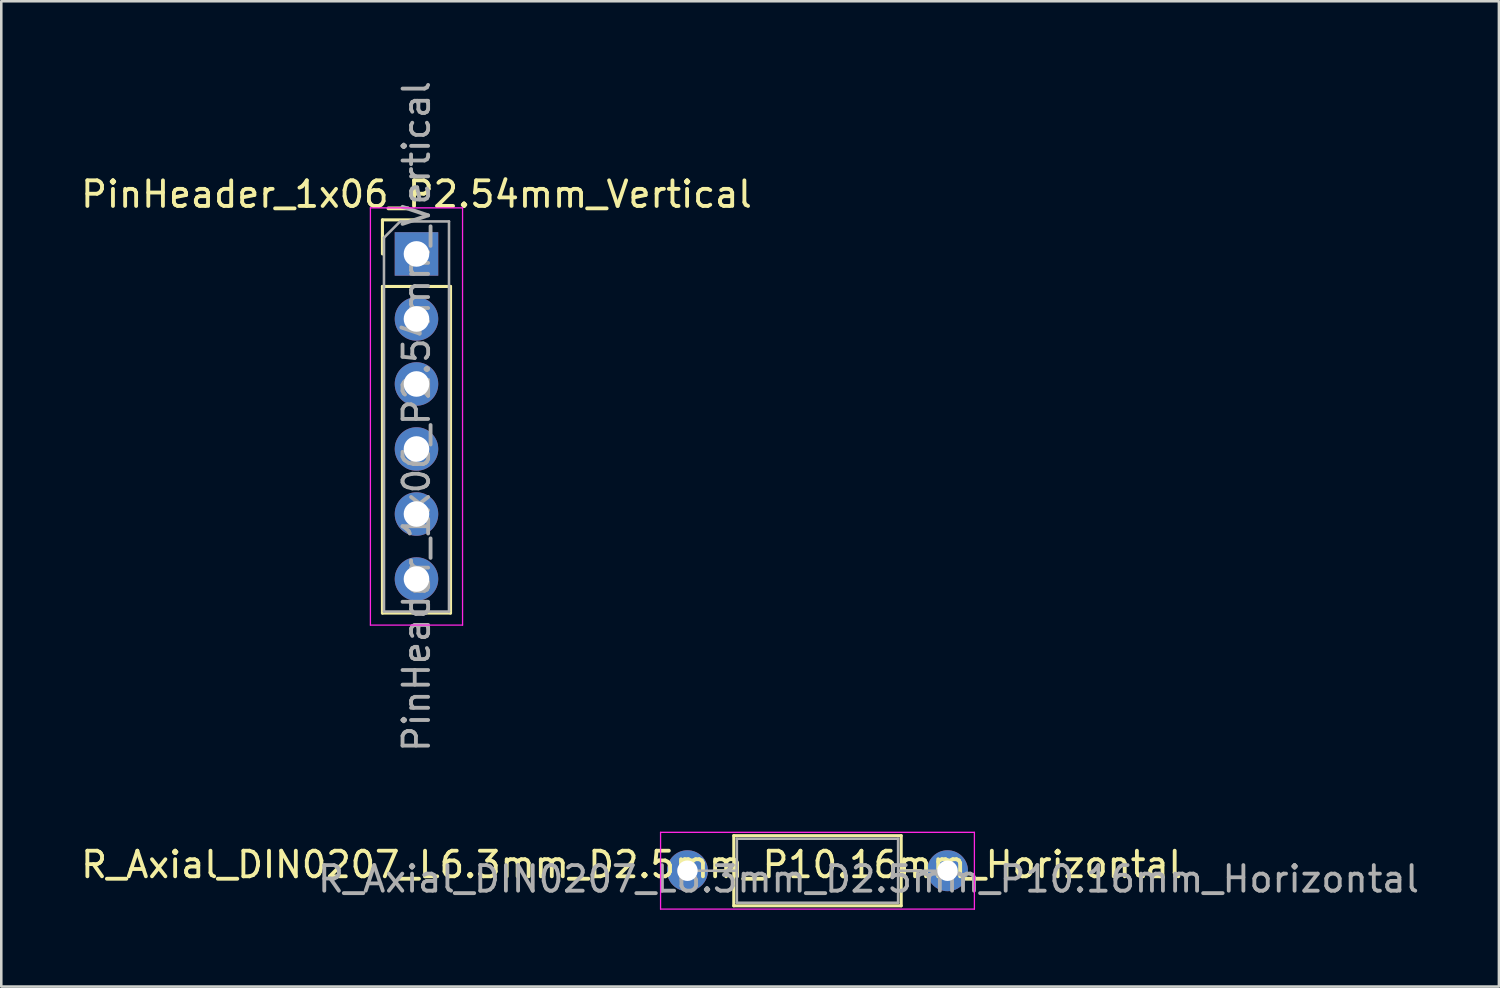
<source format=kicad_pcb>
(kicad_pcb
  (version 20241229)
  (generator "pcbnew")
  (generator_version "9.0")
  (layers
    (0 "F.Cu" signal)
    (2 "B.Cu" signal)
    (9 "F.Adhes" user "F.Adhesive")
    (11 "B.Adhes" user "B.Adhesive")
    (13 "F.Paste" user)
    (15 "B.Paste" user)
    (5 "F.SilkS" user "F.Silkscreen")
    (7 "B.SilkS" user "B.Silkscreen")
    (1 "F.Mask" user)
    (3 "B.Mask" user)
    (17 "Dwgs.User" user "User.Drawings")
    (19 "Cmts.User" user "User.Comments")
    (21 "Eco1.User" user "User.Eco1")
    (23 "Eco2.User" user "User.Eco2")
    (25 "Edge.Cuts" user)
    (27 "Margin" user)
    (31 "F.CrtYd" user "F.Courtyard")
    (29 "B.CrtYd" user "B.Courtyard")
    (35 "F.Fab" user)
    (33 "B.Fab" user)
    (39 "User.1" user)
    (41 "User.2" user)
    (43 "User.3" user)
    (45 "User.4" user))
  (footprint "PinHeader_1x06_P2.54mm_Vertical"
    (layer "F.Cu")
    (at 13.22 6.87)
    (property "Reference" "PinHeader_1x06_P2.54mm_Vertical" (at 0 -2.33 0) (layer "F.SilkS") (effects (font (size 1 1) (thickness 0.15))))
    (attr through_hole)
    (fp_line (start -1.33 -1.33) (end 0 -1.33) (stroke (width 0.12) (type solid)) (layer "F.SilkS"))
    (fp_line (start -1.33 0) (end -1.33 -1.33) (stroke (width 0.12) (type solid)) (layer "F.SilkS"))
    (fp_line (start -1.33 1.27) (end -1.33 14.03) (stroke (width 0.12) (type solid)) (layer "F.SilkS"))
    (fp_line (start -1.33 1.27) (end 1.33 1.27) (stroke (width 0.12) (type solid)) (layer "F.SilkS"))
    (fp_line (start -1.33 14.03) (end 1.33 14.03) (stroke (width 0.12) (type solid)) (layer "F.SilkS"))
    (fp_line (start 1.33 1.27) (end 1.33 14.03) (stroke (width 0.12) (type solid)) (layer "F.SilkS"))
    (fp_line (start -1.8 -1.8) (end -1.8 14.5) (stroke (width 0.05) (type solid)) (layer "F.CrtYd"))
    (fp_line (start -1.8 14.5) (end 1.8 14.5) (stroke (width 0.05) (type solid)) (layer "F.CrtYd"))
    (fp_line (start 1.8 -1.8) (end -1.8 -1.8) (stroke (width 0.05) (type solid)) (layer "F.CrtYd"))
    (fp_line (start 1.8 14.5) (end 1.8 -1.8) (stroke (width 0.05) (type solid)) (layer "F.CrtYd"))
    (fp_line (start -1.27 -0.635) (end -0.635 -1.27) (stroke (width 0.1) (type solid)) (layer "F.Fab"))
    (fp_line (start -1.27 13.97) (end -1.27 -0.635) (stroke (width 0.1) (type solid)) (layer "F.Fab"))
    (fp_line (start -0.635 -1.27) (end 1.27 -1.27) (stroke (width 0.1) (type solid)) (layer "F.Fab"))
    (fp_line (start 1.27 -1.27) (end 1.27 13.97) (stroke (width 0.1) (type solid)) (layer "F.Fab"))
    (fp_line (start 1.27 13.97) (end -1.27 13.97) (stroke (width 0.1) (type solid)) (layer "F.Fab"))
    (fp_text user "${REFERENCE}" (at 0 6.35 90) (layer "F.Fab") (effects (font (size 1 1) (thickness 0.15))))
    (pad "1" thru_hole rect (at 0 0) (size 1.7 1.7) (drill 1) (layers "*.Cu" "*.Mask"))
    (pad "2" thru_hole oval (at 0 2.54) (size 1.7 1.7) (drill 1) (layers "*.Cu" "*.Mask"))
    (pad "3" thru_hole oval (at 0 5.08) (size 1.7 1.7) (drill 1) (layers "*.Cu" "*.Mask"))
    (pad "4" thru_hole oval (at 0 7.62) (size 1.7 1.7) (drill 1) (layers "*.Cu" "*.Mask"))
    (pad "5" thru_hole oval (at 0 10.16) (size 1.7 1.7) (drill 1) (layers "*.Cu" "*.Mask"))
    (pad "6" thru_hole oval (at 0 12.7) (size 1.7 1.7) (drill 1) (layers "*.Cu" "*.Mask")))
  (footprint "R_Axial_DIN0207_L6.3mm_D2.5mm_P10.16mm_Horizontal"
    (layer "F.Cu")
    (at 23.805 30.965)
    (property "Reference" "R_Axial_DIN0207_L6.3mm_D2.5mm_P10.16mm_Horizontal" (at -2.18 -0.237 0) (layer "F.SilkS") (effects (font (size 1 1) (thickness 0.15))))
    (attr through_hole)
    (fp_line (start 1.04 0) (end 1.81 0) (stroke (width 0.12) (type solid)) (layer "F.SilkS"))
    (fp_line (start 1.81 -1.37) (end 1.81 1.37) (stroke (width 0.12) (type solid)) (layer "F.SilkS"))
    (fp_line (start 1.81 1.37) (end 8.35 1.37) (stroke (width 0.12) (type solid)) (layer "F.SilkS"))
    (fp_line (start 8.35 -1.37) (end 1.81 -1.37) (stroke (width 0.12) (type solid)) (layer "F.SilkS"))
    (fp_line (start 8.35 1.37) (end 8.35 -1.37) (stroke (width 0.12) (type solid)) (layer "F.SilkS"))
    (fp_line (start 9.12 0) (end 8.35 0) (stroke (width 0.12) (type solid)) (layer "F.SilkS"))
    (fp_line (start -1.05 -1.5) (end -1.05 1.5) (stroke (width 0.05) (type solid)) (layer "F.CrtYd"))
    (fp_line (start -1.05 1.5) (end 11.21 1.5) (stroke (width 0.05) (type solid)) (layer "F.CrtYd"))
    (fp_line (start 11.21 -1.5) (end -1.05 -1.5) (stroke (width 0.05) (type solid)) (layer "F.CrtYd"))
    (fp_line (start 11.21 1.5) (end 11.21 -1.5) (stroke (width 0.05) (type solid)) (layer "F.CrtYd"))
    (fp_line (start 0 0) (end 1.93 0) (stroke (width 0.1) (type solid)) (layer "F.Fab"))
    (fp_line (start 1.93 -1.25) (end 1.93 1.25) (stroke (width 0.1) (type solid)) (layer "F.Fab"))
    (fp_line (start 1.93 1.25) (end 8.23 1.25) (stroke (width 0.1) (type solid)) (layer "F.Fab"))
    (fp_line (start 8.23 -1.25) (end 1.93 -1.25) (stroke (width 0.1) (type solid)) (layer "F.Fab"))
    (fp_line (start 8.23 1.25) (end 8.23 -1.25) (stroke (width 0.1) (type solid)) (layer "F.Fab"))
    (fp_line (start 10.16 0) (end 8.23 0) (stroke (width 0.1) (type solid)) (layer "F.Fab"))
    (fp_text user "${REFERENCE}" (at 7.075 0.325 0) (layer "F.Fab") (effects (font (size 1 1) (thickness 0.15))))
    (pad "1" thru_hole circle (at 0 0) (size 1.6 1.6) (drill 0.8) (layers "*.Cu" "*.Mask"))
    (pad "2" thru_hole oval (at 10.16 0) (size 1.6 1.6) (drill 0.8) (layers "*.Cu" "*.Mask")))
  (gr_rect
    (start -3 -3)
    (end 55.505 35.49)
    (stroke (width 0.1) (type default))
    (fill no)
    (layer "Edge.Cuts")))
</source>
